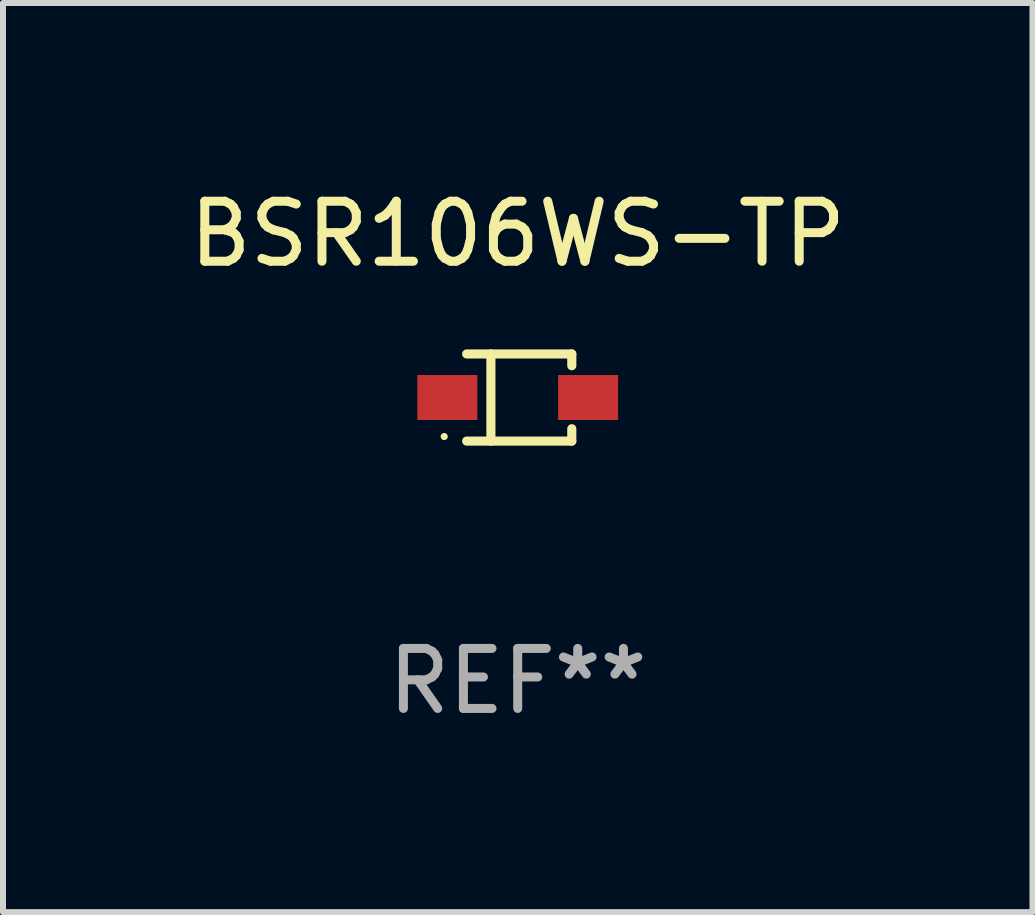
<source format=kicad_pcb>
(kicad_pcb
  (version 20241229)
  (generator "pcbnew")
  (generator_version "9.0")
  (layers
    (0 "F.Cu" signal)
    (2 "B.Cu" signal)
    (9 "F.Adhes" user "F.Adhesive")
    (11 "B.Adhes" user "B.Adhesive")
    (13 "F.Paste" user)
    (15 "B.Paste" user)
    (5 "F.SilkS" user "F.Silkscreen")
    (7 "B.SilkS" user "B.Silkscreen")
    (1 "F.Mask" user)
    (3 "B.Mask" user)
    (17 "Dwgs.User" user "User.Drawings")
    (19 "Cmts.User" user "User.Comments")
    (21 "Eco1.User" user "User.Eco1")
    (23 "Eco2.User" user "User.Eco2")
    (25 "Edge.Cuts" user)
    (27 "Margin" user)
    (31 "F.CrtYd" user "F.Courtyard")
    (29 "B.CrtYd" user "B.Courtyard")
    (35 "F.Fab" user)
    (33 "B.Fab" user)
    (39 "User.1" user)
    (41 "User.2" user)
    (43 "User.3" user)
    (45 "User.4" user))
  (footprint "BSR106WS-TP"
    (layer "F.Cu")
    (at 5.577 3.574)
    (property "Reference" "BSR106WS-TP" (at 0 -2.726 0) (layer "F.SilkS") (effects (font (size 1 1) (thickness 0.15))))
    (attr through_hole)
    (fp_line (start -0.851 -0.726) (end 0.901 -0.726) (stroke (width 0.152) (type solid)) (layer "F.SilkS"))
    (fp_line (start -0.851 0.726) (end 0.901 0.726) (stroke (width 0.152) (type solid)) (layer "F.SilkS"))
    (fp_line (start -0.447 -0.726) (end -0.447 0.726) (stroke (width 0.152) (type solid)) (layer "F.SilkS"))
    (fp_line (start 0.901 -0.726) (end 0.901 -0.53) (stroke (width 0.152) (type solid)) (layer "F.SilkS"))
    (fp_line (start 0.901 0.726) (end 0.901 0.52) (stroke (width 0.152) (type solid)) (layer "F.SilkS"))
    (fp_circle (center -1.225 0.65) (end -1.195 0.65) (stroke (width 0.06) (type solid)) (fill no) (layer "F.SilkS"))
    (fp_text user "REF**" (at 0 4.726 0) (layer "F.Fab") (effects (font (size 1 1) (thickness 0.15))))
    (pad "1" smd rect (at -1.173 0) (size 1 0.75) (layers "F.Cu" "F.Mask" "F.Paste"))
    (pad "2" smd rect (at 1.173 0) (size 1 0.75) (layers "F.Cu" "F.Mask" "F.Paste")))
  (gr_rect
    (start -3 -3)
    (end 14.155 12.149)
    (stroke (width 0.1) (type default))
    (fill no)
    (layer "Edge.Cuts")))
</source>
